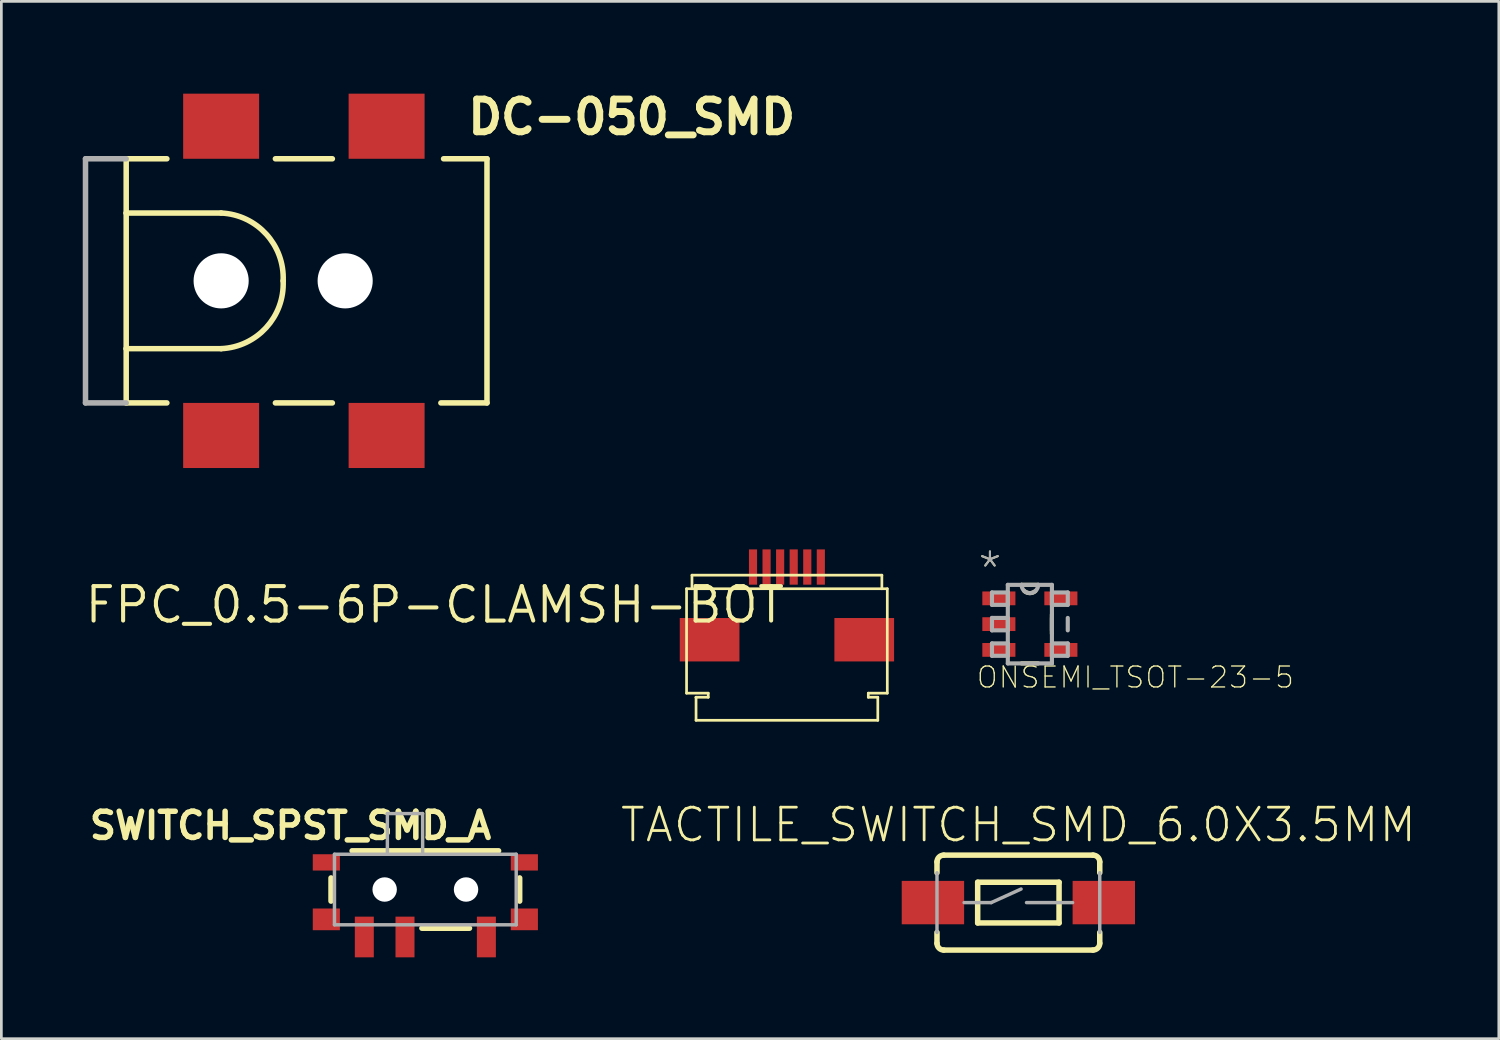
<source format=kicad_pcb>
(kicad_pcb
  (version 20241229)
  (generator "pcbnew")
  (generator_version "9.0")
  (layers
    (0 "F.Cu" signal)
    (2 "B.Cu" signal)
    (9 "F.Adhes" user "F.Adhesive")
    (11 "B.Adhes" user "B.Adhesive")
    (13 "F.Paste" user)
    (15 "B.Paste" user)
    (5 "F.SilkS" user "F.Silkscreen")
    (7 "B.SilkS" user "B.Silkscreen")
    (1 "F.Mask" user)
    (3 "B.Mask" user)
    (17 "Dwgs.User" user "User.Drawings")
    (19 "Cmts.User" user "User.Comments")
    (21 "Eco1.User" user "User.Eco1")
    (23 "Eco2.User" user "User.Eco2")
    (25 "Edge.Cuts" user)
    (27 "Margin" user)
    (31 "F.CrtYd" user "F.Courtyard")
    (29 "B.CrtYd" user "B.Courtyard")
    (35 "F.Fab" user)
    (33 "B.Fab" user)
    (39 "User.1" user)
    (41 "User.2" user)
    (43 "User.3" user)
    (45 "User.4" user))
  (footprint "TACTILE_SWITCH_SMD_6.0X3.5MM"
    (layer "F.Cu")
    (at 34.491 30.223)
    (property "Reference" "TACTILE_SWITCH_SMD_6.0X3.5MM" (at 0 -2.159 0) (layer "F.SilkS") (effects (font (size 1.206 1.206) (thickness 0.102)) (justify bottom)))
    (attr through_hole)
    (fp_line (start -3 -1.1) (end -3 -1.5) (stroke (width 0.203) (type solid)) (layer "F.SilkS"))
    (fp_line (start -3 1.5) (end -3 1.1) (stroke (width 0.203) (type solid)) (layer "F.SilkS"))
    (fp_line (start -2.75 -1.75) (end 2.75 -1.75) (stroke (width 0.203) (type solid)) (layer "F.SilkS"))
    (fp_line (start -1.5 -0.75) (end 1.5 -0.75) (stroke (width 0.203) (type solid)) (layer "F.SilkS"))
    (fp_line (start -1.5 0.75) (end -1.5 -0.75) (stroke (width 0.203) (type solid)) (layer "F.SilkS"))
    (fp_line (start 1.5 0.75) (end -1.5 0.75) (stroke (width 0.203) (type solid)) (layer "F.SilkS"))
    (fp_line (start 1.5 0.75) (end 1.5 -0.75) (stroke (width 0.203) (type solid)) (layer "F.SilkS"))
    (fp_line (start 2.75 1.75) (end -2.75 1.75) (stroke (width 0.203) (type solid)) (layer "F.SilkS"))
    (fp_line (start 3 -1.1) (end 3 -1.5) (stroke (width 0.203) (type solid)) (layer "F.SilkS"))
    (fp_line (start 3 1.5) (end 3 1.1) (stroke (width 0.203) (type solid)) (layer "F.SilkS"))
    (fp_arc (start -3 -1.5) (mid -2.926777 -1.676777) (end -2.75 -1.75) (stroke (width 0.2032) (type solid)) (layer "F.SilkS"))
    (fp_arc (start -2.75 1.75) (mid -2.926777 1.676777) (end -3 1.5) (stroke (width 0.2032) (type solid)) (layer "F.SilkS"))
    (fp_arc (start 2.75 -1.75) (mid 2.926777 -1.676777) (end 3 -1.5) (stroke (width 0.2032) (type solid)) (layer "F.SilkS"))
    (fp_arc (start 3 1.5) (mid 2.926777 1.676777) (end 2.75 1.75) (stroke (width 0.2032) (type solid)) (layer "F.SilkS"))
    (fp_line (start -3 -1.1) (end -3 1.1) (stroke (width 0.127) (type solid)) (layer "F.Fab"))
    (fp_line (start -2 0) (end -1 0) (stroke (width 0.127) (type solid)) (layer "F.Fab"))
    (fp_line (start -1 0) (end 0.1 -0.5) (stroke (width 0.127) (type solid)) (layer "F.Fab"))
    (fp_line (start 0.3 0) (end 2 0) (stroke (width 0.127) (type solid)) (layer "F.Fab"))
    (fp_line (start 3 -1.1) (end 3 1.1) (stroke (width 0.127) (type solid)) (layer "F.Fab"))
    (pad "1" smd rect (at -3.15 0 180) (size 2.3 1.6) (layers "F.Cu" "F.Mask" "F.Paste"))
    (pad "2" smd rect (at 3.15 0 180) (size 2.3 1.6) (layers "F.Cu" "F.Mask" "F.Paste")))
  (footprint "SWITCH_SPST_SMD_A"
    (layer "F.Cu")
    (at 12.63 29.741)
    (property "Reference" "SWITCH_SPST_SMD_A" (at 2.54 -2.921 0) (layer "F.SilkS") (effects (font (size 0.965 0.965) (thickness 0.203)) (justify right top)))
    (attr through_hole)
    (fp_line (start -3.477 -0.427) (end -3.477 0.427) (stroke (width 0.203) (type solid)) (layer "F.SilkS"))
    (fp_line (start 1.627 1.427) (end -0.127 1.427) (stroke (width 0.203) (type solid)) (layer "F.SilkS"))
    (fp_line (start 2.7 -1.427) (end -2.7 -1.427) (stroke (width 0.203) (type solid)) (layer "F.SilkS"))
    (fp_line (start 3.477 -0.427) (end 3.477 0.427) (stroke (width 0.203) (type solid)) (layer "F.SilkS"))
    (fp_line (start -3.35 -1.3) (end -3.35 1.3) (stroke (width 0.127) (type solid)) (layer "F.Fab"))
    (fp_line (start -3.35 1.3) (end 3.35 1.3) (stroke (width 0.127) (type solid)) (layer "F.Fab"))
    (fp_line (start -1.4 -2.8) (end -1.4 -1.3) (stroke (width 0.127) (type solid)) (layer "F.Fab"))
    (fp_line (start -1.4 -1.3) (end -3.35 -1.3) (stroke (width 0.127) (type solid)) (layer "F.Fab"))
    (fp_line (start -0.1 -2.8) (end -1.4 -2.8) (stroke (width 0.127) (type solid)) (layer "F.Fab"))
    (fp_line (start -0.1 -1.3) (end -1.4 -1.3) (stroke (width 0.127) (type solid)) (layer "F.Fab"))
    (fp_line (start -0.1 -1.3) (end -0.1 -2.8) (stroke (width 0.127) (type solid)) (layer "F.Fab"))
    (fp_line (start 3.35 -1.3) (end -0.1 -1.3) (stroke (width 0.127) (type solid)) (layer "F.Fab"))
    (fp_line (start 3.35 1.3) (end 3.35 -1.3) (stroke (width 0.127) (type solid)) (layer "F.Fab"))
    (pad "" np_thru_hole circle (at -1.5 0) (size 0.9 0.9) (drill 0.9) (layers "*.Cu"))
    (pad "" np_thru_hole circle (at 1.5 0) (size 0.9 0.9) (drill 0.9) (layers "*.Cu"))
    (pad "1" smd rect (at -2.25 1.75 180) (size 0.7 1.5) (layers "F.Cu" "F.Mask" "F.Paste"))
    (pad "2" smd rect (at -0.75 1.75 180) (size 0.7 1.5) (layers "F.Cu" "F.Mask" "F.Paste"))
    (pad "3" smd rect (at 2.25 1.75 180) (size 0.7 1.5) (layers "F.Cu" "F.Mask" "F.Paste"))
    (pad "GND1" smd rect (at -3.65 -1) (size 1 0.6) (layers "F.Cu" "F.Mask" "F.Paste"))
    (pad "GND2" smd rect (at -3.65 1.1) (size 1 0.8) (layers "F.Cu" "F.Mask" "F.Paste"))
    (pad "GND3" smd rect (at 3.65 -1) (size 1 0.6) (layers "F.Cu" "F.Mask" "F.Paste"))
    (pad "GND4" smd rect (at 3.65 1.1) (size 1 0.8) (layers "F.Cu" "F.Mask" "F.Paste")))
  (footprint "DC-050_SMD"
    (layer "F.Cu")
    (at 5.102 7.303)
    (property "Reference" "DC-050_SMD" (at 8.966 -5.334 0) (layer "F.SilkS") (effects (font (size 1.206 1.206) (thickness 0.254)) (justify left bottom)))
    (attr through_hole)
    (fp_line (start -3.5 -4.5) (end -3.5 -2.5) (stroke (width 0.203) (type solid)) (layer "F.SilkS"))
    (fp_line (start -3.5 -4.5) (end -2 -4.5) (stroke (width 0.203) (type solid)) (layer "F.SilkS"))
    (fp_line (start -3.5 -2.5) (end -3.5 2.5) (stroke (width 0.203) (type solid)) (layer "F.SilkS"))
    (fp_line (start -3.5 -2.5) (end 0 -2.5) (stroke (width 0.203) (type solid)) (layer "F.SilkS"))
    (fp_line (start -3.5 2.5) (end -3.5 4.5) (stroke (width 0.203) (type solid)) (layer "F.SilkS"))
    (fp_line (start -2 4.5) (end -3.5 4.5) (stroke (width 0.203) (type solid)) (layer "F.SilkS"))
    (fp_line (start 0 2.5) (end -3.5 2.5) (stroke (width 0.203) (type solid)) (layer "F.SilkS"))
    (fp_line (start 2 -4.5) (end 4.1 -4.5) (stroke (width 0.203) (type solid)) (layer "F.SilkS"))
    (fp_line (start 4.1 4.5) (end 2 4.5) (stroke (width 0.203) (type solid)) (layer "F.SilkS"))
    (fp_line (start 8.2 -4.5) (end 9.8 -4.5) (stroke (width 0.203) (type solid)) (layer "F.SilkS"))
    (fp_line (start 9.8 -4.5) (end 9.8 4.5) (stroke (width 0.203) (type solid)) (layer "F.SilkS"))
    (fp_line (start 9.8 4.5) (end 8.1 4.5) (stroke (width 0.203) (type solid)) (layer "F.SilkS"))
    (fp_arc (start 0 -2.5) (mid 1.660767 -1.723446) (end 2.286 0) (stroke (width 0.2032) (type solid)) (layer "F.SilkS"))
    (fp_arc (start 2.286 0) (mid 1.660767 1.723446) (end 0 2.5) (stroke (width 0.2032) (type solid)) (layer "F.SilkS"))
    (fp_line (start -5 -4.5) (end -5 4.5) (stroke (width 0.203) (type solid)) (layer "F.Fab"))
    (fp_line (start -5 -4.5) (end -3.5 -4.5) (stroke (width 0.203) (type solid)) (layer "F.Fab"))
    (fp_line (start -3.5 4.5) (end -5 4.5) (stroke (width 0.203) (type solid)) (layer "F.Fab"))
    (pad "" np_thru_hole circle (at 0 0) (size 2.032 2.032) (drill 2.032) (layers "*.Cu"))
    (pad "" np_thru_hole circle (at 4.572 0) (size 2.032 2.032) (drill 2.032) (layers "*.Cu"))
    (pad "GND" smd rect (at 0 5.7) (size 2.8 2.4) (layers "F.Cu" "F.Mask" "F.Paste"))
    (pad "P$4" smd rect (at 6.1 5.7) (size 2.8 2.4) (layers "F.Cu" "F.Mask" "F.Paste"))
    (pad "VIN0" smd rect (at 0 -5.7) (size 2.8 2.4) (layers "F.Cu" "F.Mask" "F.Paste"))
    (pad "VIN1" smd rect (at 6.1 -5.7) (size 2.8 2.4) (layers "F.Cu" "F.Mask" "F.Paste")))
  (footprint "FPC_0.5-6P-CLAMSH-BOT"
    (layer "F.Cu")
    (at 25.959 18.503)
    (property "Reference" "FPC_0.5-6P-CLAMSH-BOT" (at 0 0 0) (layer "F.SilkS") (effects (font (size 1.27 1.27) (thickness 0.15)) (justify right top)))
    (attr through_hole)
    (fp_line (start -3.7 0.15) (end -3.7 4) (stroke (width 0.1) (type solid)) (layer "F.SilkS"))
    (fp_line (start -3.7 0.15) (end -3.5 0.15) (stroke (width 0.1) (type solid)) (layer "F.SilkS"))
    (fp_line (start -3.7 4) (end -2.9 4) (stroke (width 0.1) (type solid)) (layer "F.SilkS"))
    (fp_line (start -3.5 -0.35) (end -3.5 0.15) (stroke (width 0.1) (type solid)) (layer "F.SilkS"))
    (fp_line (start -3.5 -0.35) (end 3.5 -0.35) (stroke (width 0.1) (type solid)) (layer "F.SilkS"))
    (fp_line (start -3.5 0.15) (end 3.5 0.15) (stroke (width 0.1) (type solid)) (layer "F.SilkS"))
    (fp_line (start -3.35 4.15) (end -3.35 4.16) (stroke (width 0.1) (type solid)) (layer "F.SilkS"))
    (fp_line (start -3.35 4.15) (end -2.9 4.15) (stroke (width 0.1) (type solid)) (layer "F.SilkS"))
    (fp_line (start -3.35 5) (end -3.35 4.15) (stroke (width 0.1) (type solid)) (layer "F.SilkS"))
    (fp_line (start -3.35 5) (end 3.35 5) (stroke (width 0.1) (type solid)) (layer "F.SilkS"))
    (fp_line (start -2.9 4.15) (end -2.9 4) (stroke (width 0.1) (type solid)) (layer "F.SilkS"))
    (fp_line (start 3 4) (end 3.7 4) (stroke (width 0.1) (type solid)) (layer "F.SilkS"))
    (fp_line (start 3 4.15) (end 3 4) (stroke (width 0.1) (type solid)) (layer "F.SilkS"))
    (fp_line (start 3 4.15) (end 3.35 4.15) (stroke (width 0.1) (type solid)) (layer "F.SilkS"))
    (fp_line (start 3.35 5) (end 3.35 4.15) (stroke (width 0.1) (type solid)) (layer "F.SilkS"))
    (fp_line (start 3.5 -0.35) (end 3.5 0.15) (stroke (width 0.1) (type solid)) (layer "F.SilkS"))
    (fp_line (start 3.5 0.15) (end 3.7 0.15) (stroke (width 0.1) (type solid)) (layer "F.SilkS"))
    (fp_line (start 3.7 0.15) (end 3.7 4) (stroke (width 0.1) (type solid)) (layer "F.SilkS"))
    (pad "1" smd rect (at -1.25 -0.65) (size 0.3 1.3) (layers "F.Cu" "F.Mask" "F.Paste"))
    (pad "2" smd rect (at -0.75 -0.65) (size 0.3 1.3) (layers "F.Cu" "F.Mask" "F.Paste"))
    (pad "3" smd rect (at -0.25 -0.65) (size 0.3 1.3) (layers "F.Cu" "F.Mask" "F.Paste"))
    (pad "4" smd rect (at 0.25 -0.65) (size 0.3 1.3) (layers "F.Cu" "F.Mask" "F.Paste"))
    (pad "5" smd rect (at 0.75 -0.65) (size 0.3 1.3) (layers "F.Cu" "F.Mask" "F.Paste"))
    (pad "6" smd rect (at 1.25 -0.65) (size 0.3 1.3) (layers "F.Cu" "F.Mask" "F.Paste"))
    (pad "NC1" smd rect (at -2.85 2.03) (size 2.2 1.6) (layers "F.Cu" "F.Mask" "F.Paste"))
    (pad "NC2" smd rect (at 2.85 2.03) (size 2.2 1.6) (layers "F.Cu" "F.Mask" "F.Paste")))
  (footprint "ONSEMI_TSOT-23-5"
    (layer "F.Cu")
    (at 34.915 19.958)
    (property "Reference" "ONSEMI_TSOT-23-5" (at -2.007 2.413 0) (layer "F.SilkS") (effects (font (size 0.772 0.772) (thickness 0.049)) (justify left bottom)))
    (attr through_hole)
    (fp_line (start -0.305 1.448) (end 0.305 1.448) (stroke (width 0.152) (type solid)) (layer "F.SilkS"))
    (fp_line (start 0.305 -1.448) (end -0.305 -1.448) (stroke (width 0.152) (type solid)) (layer "F.SilkS"))
    (fp_line (start 0.813 0.356) (end 0.813 -0.356) (stroke (width 0.152) (type solid)) (layer "F.SilkS"))
    (fp_arc (start 0.2032 -1.2192) (mid 0.000001 -1.143226) (end -0.203199 -1.219199) (stroke (width 0.1524) (type solid)) (layer "F.SilkS"))
    (fp_line (start -1.397 -1.168) (end -1.397 -0.711) (stroke (width 0.152) (type solid)) (layer "F.Fab"))
    (fp_line (start -1.397 -0.711) (end -0.813 -0.711) (stroke (width 0.152) (type solid)) (layer "F.Fab"))
    (fp_line (start -1.397 -0.229) (end -1.397 0.229) (stroke (width 0.152) (type solid)) (layer "F.Fab"))
    (fp_line (start -1.397 0.229) (end -0.813 0.229) (stroke (width 0.152) (type solid)) (layer "F.Fab"))
    (fp_line (start -1.397 0.711) (end -1.397 1.168) (stroke (width 0.152) (type solid)) (layer "F.Fab"))
    (fp_line (start -1.397 1.168) (end -0.813 1.168) (stroke (width 0.152) (type solid)) (layer "F.Fab"))
    (fp_line (start -0.813 -1.448) (end -0.813 1.448) (stroke (width 0.152) (type solid)) (layer "F.Fab"))
    (fp_line (start -0.813 -1.168) (end -1.397 -1.168) (stroke (width 0.152) (type solid)) (layer "F.Fab"))
    (fp_line (start -0.813 -0.711) (end -0.813 -1.168) (stroke (width 0.152) (type solid)) (layer "F.Fab"))
    (fp_line (start -0.813 -0.229) (end -1.397 -0.229) (stroke (width 0.152) (type solid)) (layer "F.Fab"))
    (fp_line (start -0.813 0.229) (end -0.813 -0.229) (stroke (width 0.152) (type solid)) (layer "F.Fab"))
    (fp_line (start -0.813 0.711) (end -1.397 0.711) (stroke (width 0.152) (type solid)) (layer "F.Fab"))
    (fp_line (start -0.813 1.168) (end -0.813 0.711) (stroke (width 0.152) (type solid)) (layer "F.Fab"))
    (fp_line (start -0.813 1.448) (end 0.813 1.448) (stroke (width 0.152) (type solid)) (layer "F.Fab"))
    (fp_line (start -0.305 -1.448) (end -0.813 -1.448) (stroke (width 0.152) (type solid)) (layer "F.Fab"))
    (fp_line (start 0.305 -1.448) (end -0.305 -1.448) (stroke (width 0.152) (type solid)) (layer "F.Fab"))
    (fp_line (start 0.813 -1.448) (end 0.305 -1.448) (stroke (width 0.152) (type solid)) (layer "F.Fab"))
    (fp_line (start 0.813 -1.168) (end 0.813 -0.711) (stroke (width 0.152) (type solid)) (layer "F.Fab"))
    (fp_line (start 0.813 -0.711) (end 1.397 -0.711) (stroke (width 0.152) (type solid)) (layer "F.Fab"))
    (fp_line (start 0.813 -0.229) (end 0.813 0.229) (stroke (width 0.152) (type solid)) (layer "F.Fab"))
    (fp_line (start 0.813 0.711) (end 0.813 1.168) (stroke (width 0.152) (type solid)) (layer "F.Fab"))
    (fp_line (start 0.813 1.168) (end 1.397 1.168) (stroke (width 0.152) (type solid)) (layer "F.Fab"))
    (fp_line (start 0.813 1.448) (end 0.813 -1.448) (stroke (width 0.152) (type solid)) (layer "F.Fab"))
    (fp_line (start 1.397 -1.168) (end 0.813 -1.168) (stroke (width 0.152) (type solid)) (layer "F.Fab"))
    (fp_line (start 1.397 -0.711) (end 1.397 -1.168) (stroke (width 0.152) (type solid)) (layer "F.Fab"))
    (fp_line (start 1.397 0.229) (end 1.397 -0.229) (stroke (width 0.152) (type solid)) (layer "F.Fab"))
    (fp_line (start 1.397 0.711) (end 0.813 0.711) (stroke (width 0.152) (type solid)) (layer "F.Fab"))
    (fp_line (start 1.397 1.168) (end 1.397 0.711) (stroke (width 0.152) (type solid)) (layer "F.Fab"))
    (fp_arc (start 0.3048 -1.4478) (mid 0 -1.143) (end -0.3048 -1.4478) (stroke (width 0.1524) (type solid)) (layer "F.Fab"))
    (fp_text user "*" (at -1.981 -1.321 0) (layer "F.SilkS") (effects (font (size 1.206 1.206) (thickness 0.076)) (justify left bottom)))
    (fp_text user "*" (at -1.981 -1.321 0) (layer "F.Fab") (effects (font (size 1.206 1.206) (thickness 0.076)) (justify left bottom)))
    (pad "1" smd rect (at -1.143 -0.95) (size 1.219 0.508) (layers "F.Cu" "F.Mask" "F.Paste"))
    (pad "2" smd rect (at -1.143 0) (size 1.219 0.508) (layers "F.Cu" "F.Mask" "F.Paste"))
    (pad "3" smd rect (at -1.143 0.95) (size 1.219 0.508) (layers "F.Cu" "F.Mask" "F.Paste"))
    (pad "4" smd rect (at 1.143 0.95) (size 1.219 0.508) (layers "F.Cu" "F.Mask" "F.Paste"))
    (pad "5" smd rect (at 1.143 -0.95) (size 1.219 0.508) (layers "F.Cu" "F.Mask" "F.Paste")))
  (gr_rect
    (start -3 -3)
    (end 52.202 35.241)
    (stroke (width 0.1) (type default))
    (fill no)
    (layer "Edge.Cuts")))
</source>
